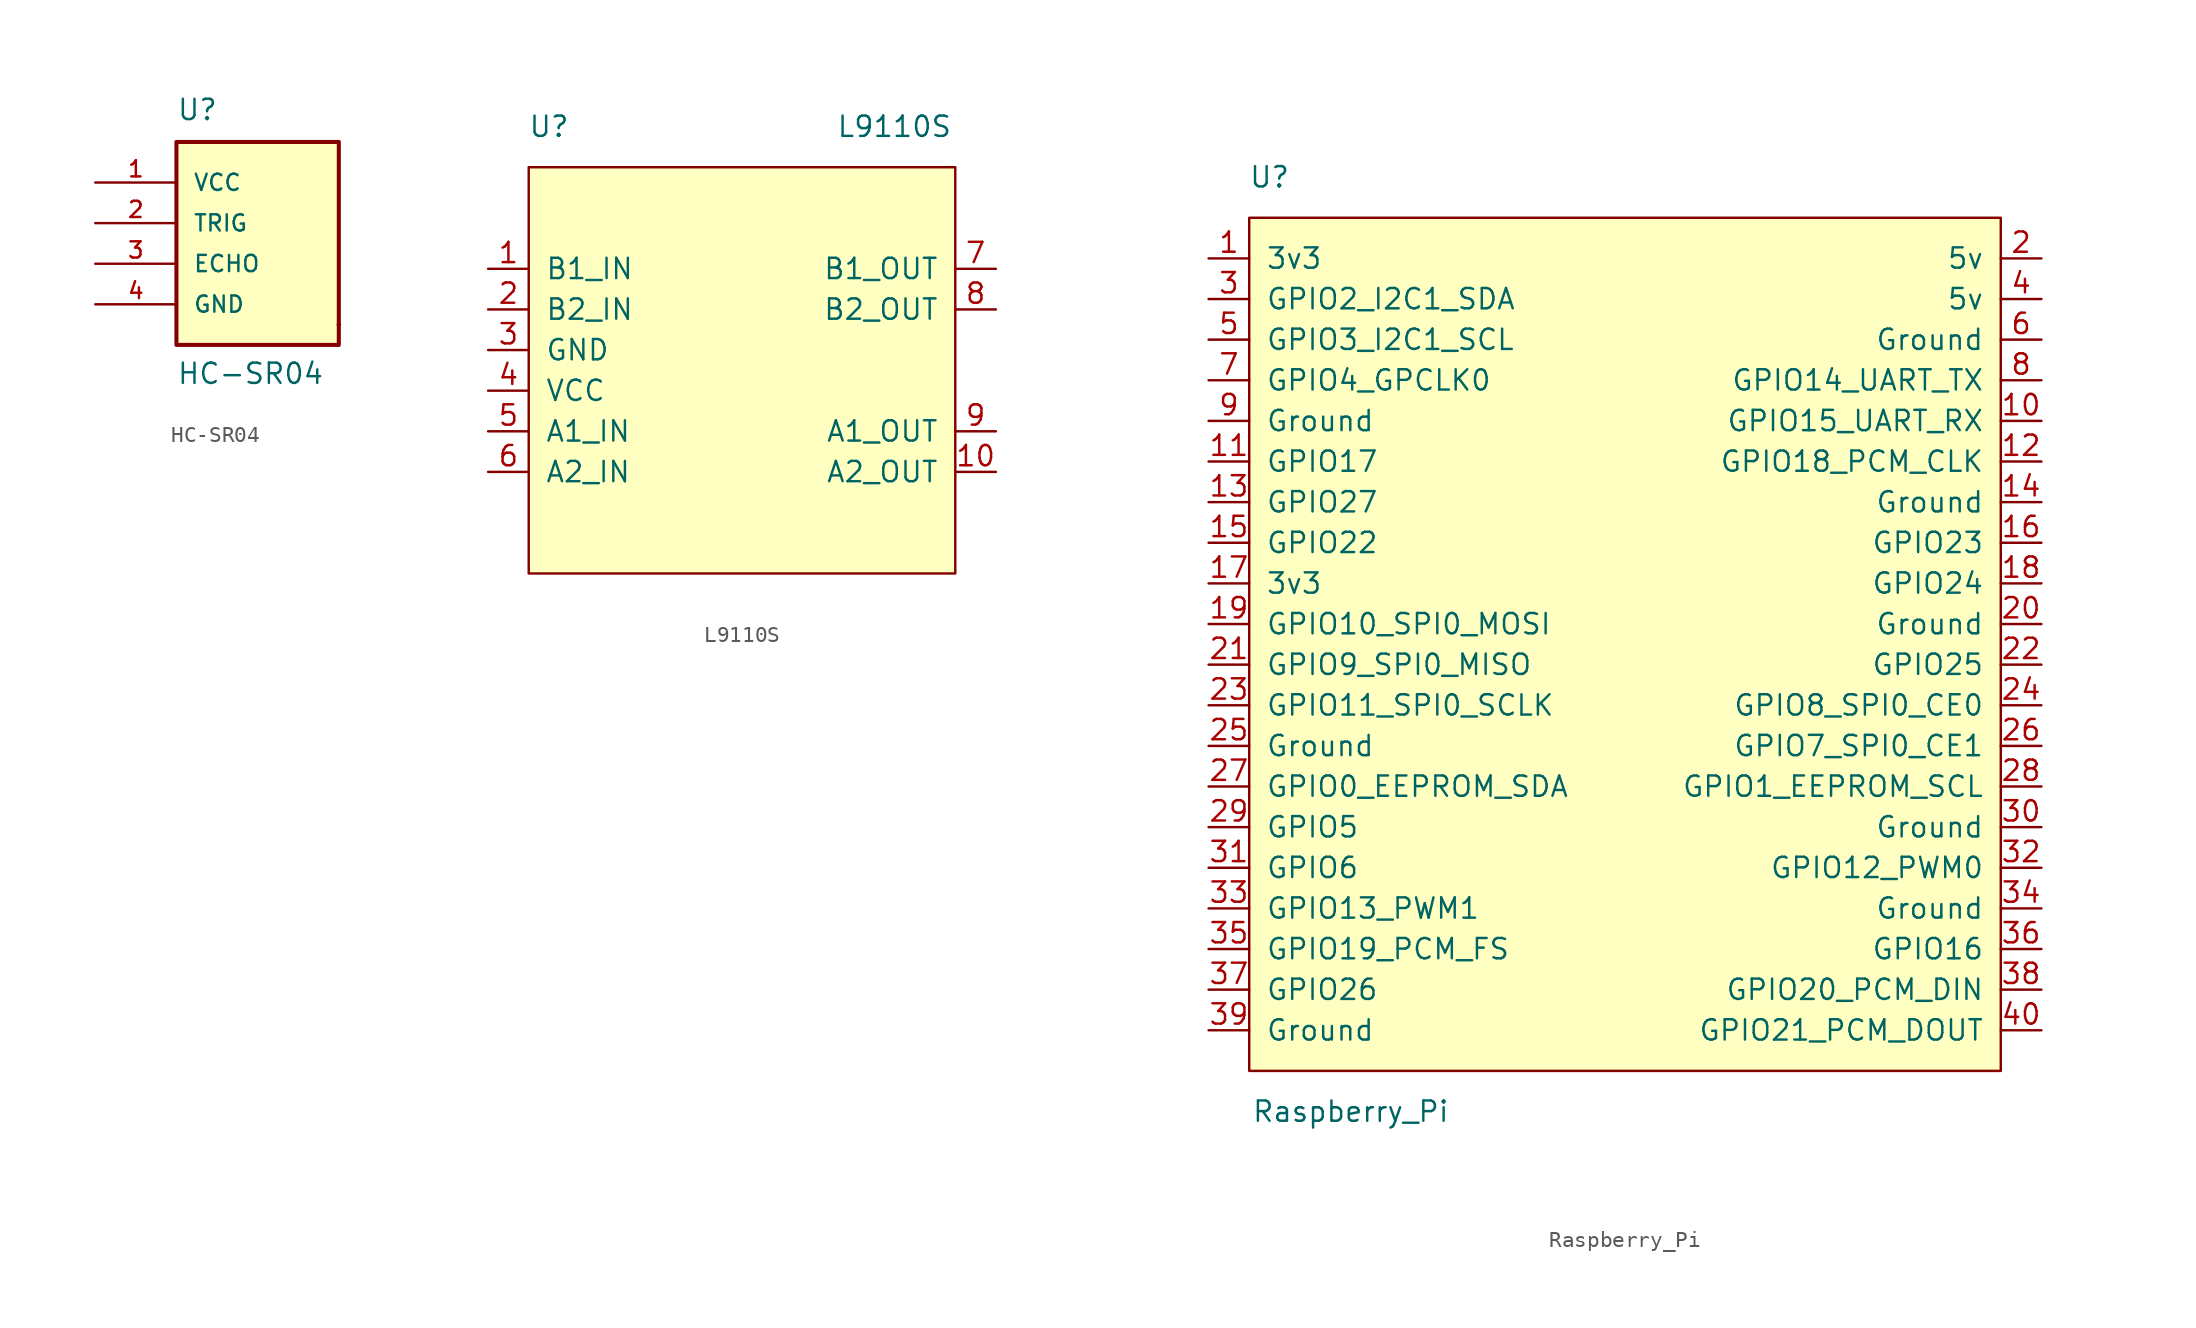
<source format=kicad_sym>
(kicad_symbol_lib
  (version 20211014)
  (generator kicad_symbol_editor)
  (symbol "HC-SR04"
    (pin_names
      (offset 1.016))
    (property "Reference" "U"
      (at -5.08 7.62 0)
      (effects (font (size 1.27 1.27)) (justify left bottom)))
    (property "Value" "HC-SR04"
      (at -5.08 -8.89 0)
      (effects (font (size 1.27 1.27)) (justify left bottom)))
    (symbol "HC-SR04_0_0"
      (rectangle (start -5.08 6.35) (end 5.08 -6.35) (stroke (width 0.254) (type default) (color 0 0 0 0)) (fill (type background)))
      (rectangle (start 5.08 -5.08) (end 5.08 -5.08) (stroke (width 0.254) (type default) (color 0 0 0 0)) (fill (type none)))
      (rectangle (start 5.08 -5.08) (end 5.08 -5.08) (stroke (width 0.254) (type default) (color 0 0 0 0)) (fill (type none)))
      (rectangle (start 5.08 -5.08) (end 5.08 -5.08) (stroke (width 0.254) (type default) (color 0 0 0 0)) (fill (type none)))
      (pin power_in line (at -10.16 3.81 0) (length 5.08) (name "VCC" (effects (font (size 1.016 1.016)))) (number "1" (effects (font (size 1.016 1.016)))))
      (pin bidirectional line (at -10.16 1.27 0) (length 5.08) (name "TRIG" (effects (font (size 1.016 1.016)))) (number "2" (effects (font (size 1.016 1.016)))))
      (pin bidirectional line (at -10.16 -1.27 0) (length 5.08) (name "ECHO" (effects (font (size 1.016 1.016)))) (number "3" (effects (font (size 1.016 1.016)))))
      (pin power_in line (at -10.16 -3.81 0) (length 5.08) (name "GND" (effects (font (size 1.016 1.016)))) (number "4" (effects (font (size 1.016 1.016)))))))
  (symbol "L9110S"
    (pin_names
      (offset 1.016))
    (property "Reference" "U"
      (at -11.43 15.24 0)
      (effects (font (size 1.27 1.27))))
    (property "Value" "L9110S"
      (at 10.16 15.24 0)
      (effects (font (size 1.27 1.27))))
    (symbol "L9110S_0_1"
      (rectangle (start -12.7 12.7) (end 13.97 -12.7) (stroke (width 0) (type default) (color 0 0 0 0)) (fill (type background))))
    (symbol "L9110S_1_1"
      (pin input line (at -15.24 6.35 0) (length 2.54) (name "B1_IN" (effects (font (size 1.27 1.27)))) (number "1" (effects (font (size 1.27 1.27)))))
      (pin input line (at 16.51 -6.35 180) (length 2.54) (name "A2_OUT" (effects (font (size 1.27 1.27)))) (number "10" (effects (font (size 1.27 1.27)))))
      (pin input line (at -15.24 3.81 0) (length 2.54) (name "B2_IN" (effects (font (size 1.27 1.27)))) (number "2" (effects (font (size 1.27 1.27)))))
      (pin input line (at -15.24 1.27 0) (length 2.54) (name "GND" (effects (font (size 1.27 1.27)))) (number "3" (effects (font (size 1.27 1.27)))))
      (pin input line (at -15.24 -1.27 0) (length 2.54) (name "VCC" (effects (font (size 1.27 1.27)))) (number "4" (effects (font (size 1.27 1.27)))))
      (pin input line (at -15.24 -3.81 0) (length 2.54) (name "A1_IN" (effects (font (size 1.27 1.27)))) (number "5" (effects (font (size 1.27 1.27)))))
      (pin input line (at -15.24 -6.35 0) (length 2.54) (name "A2_IN" (effects (font (size 1.27 1.27)))) (number "6" (effects (font (size 1.27 1.27)))))
      (pin input line (at 16.51 6.35 180) (length 2.54) (name "B1_OUT" (effects (font (size 1.27 1.27)))) (number "7" (effects (font (size 1.27 1.27)))))
      (pin input line (at 16.51 3.81 180) (length 2.54) (name "B2_OUT" (effects (font (size 1.27 1.27)))) (number "8" (effects (font (size 1.27 1.27)))))
      (pin input line (at 16.51 -3.81 180) (length 2.54) (name "A1_OUT" (effects (font (size 1.27 1.27)))) (number "9" (effects (font (size 1.27 1.27)))))))
  (symbol "Raspberry_Pi"
    (pin_names
      (offset 1.016))
    (property "Reference" "U"
      (at -22.86 27.94 0)
      (effects (font (size 1.27 1.27))))
    (property "Value" "Raspberry_Pi"
      (at -17.78 -30.48 0)
      (effects (font (size 1.27 1.27))))
    (symbol "Raspberry_Pi_0_1"
      (rectangle (start -24.13 25.4) (end 22.86 -27.94) (stroke (width 0) (type default) (color 0 0 0 0)) (fill (type background))))
    (symbol "Raspberry_Pi_1_1"
      (pin power_out line (at -26.67 22.86 0) (length 2.54) (name "3v3" (effects (font (size 1.27 1.27)))) (number "1" (effects (font (size 1.27 1.27)))))
      (pin bidirectional line (at 25.4 12.7 180) (length 2.54) (name "GPIO15_UART_RX" (effects (font (size 1.27 1.27)))) (number "10" (effects (font (size 1.27 1.27)))))
      (pin bidirectional line (at -26.67 10.16 0) (length 2.54) (name "GPIO17" (effects (font (size 1.27 1.27)))) (number "11" (effects (font (size 1.27 1.27)))))
      (pin bidirectional line (at 25.4 10.16 180) (length 2.54) (name "GPIO18_PCM_CLK" (effects (font (size 1.27 1.27)))) (number "12" (effects (font (size 1.27 1.27)))))
      (pin bidirectional line (at -26.67 7.62 0) (length 2.54) (name "GPIO27" (effects (font (size 1.27 1.27)))) (number "13" (effects (font (size 1.27 1.27)))))
      (pin passive line (at 25.4 7.62 180) (length 2.54) (name "Ground" (effects (font (size 1.27 1.27)))) (number "14" (effects (font (size 1.27 1.27)))))
      (pin bidirectional line (at -26.67 5.08 0) (length 2.54) (name "GPIO22" (effects (font (size 1.27 1.27)))) (number "15" (effects (font (size 1.27 1.27)))))
      (pin bidirectional line (at 25.4 5.08 180) (length 2.54) (name "GPIO23" (effects (font (size 1.27 1.27)))) (number "16" (effects (font (size 1.27 1.27)))))
      (pin power_in line (at -26.67 2.54 0) (length 2.54) (name "3v3" (effects (font (size 1.27 1.27)))) (number "17" (effects (font (size 1.27 1.27)))))
      (pin bidirectional line (at 25.4 2.54 180) (length 2.54) (name "GPIO24" (effects (font (size 1.27 1.27)))) (number "18" (effects (font (size 1.27 1.27)))))
      (pin bidirectional line (at -26.67 0 0) (length 2.54) (name "GPIO10_SPI0_MOSI" (effects (font (size 1.27 1.27)))) (number "19" (effects (font (size 1.27 1.27)))))
      (pin bidirectional line (at 25.4 22.86 180) (length 2.54) (name "5v" (effects (font (size 1.27 1.27)))) (number "2" (effects (font (size 1.27 1.27)))))
      (pin passive line (at 25.4 0 180) (length 2.54) (name "Ground" (effects (font (size 1.27 1.27)))) (number "20" (effects (font (size 1.27 1.27)))))
      (pin bidirectional line (at -26.67 -2.54 0) (length 2.54) (name "GPIO9_SPI0_MISO" (effects (font (size 1.27 1.27)))) (number "21" (effects (font (size 1.27 1.27)))))
      (pin bidirectional line (at 25.4 -2.54 180) (length 2.54) (name "GPIO25" (effects (font (size 1.27 1.27)))) (number "22" (effects (font (size 1.27 1.27)))))
      (pin bidirectional line (at -26.67 -5.08 0) (length 2.54) (name "GPIO11_SPI0_SCLK" (effects (font (size 1.27 1.27)))) (number "23" (effects (font (size 1.27 1.27)))))
      (pin bidirectional line (at 25.4 -5.08 180) (length 2.54) (name "GPIO8_SPI0_CE0" (effects (font (size 1.27 1.27)))) (number "24" (effects (font (size 1.27 1.27)))))
      (pin passive line (at -26.67 -7.62 0) (length 2.54) (name "Ground" (effects (font (size 1.27 1.27)))) (number "25" (effects (font (size 1.27 1.27)))))
      (pin bidirectional line (at 25.4 -7.62 180) (length 2.54) (name "GPIO7_SPI0_CE1" (effects (font (size 1.27 1.27)))) (number "26" (effects (font (size 1.27 1.27)))))
      (pin bidirectional line (at -26.67 -10.16 0) (length 2.54) (name "GPIO0_EEPROM_SDA" (effects (font (size 1.27 1.27)))) (number "27" (effects (font (size 1.27 1.27)))))
      (pin bidirectional line (at 25.4 -10.16 180) (length 2.54) (name "GPIO1_EEPROM_SCL" (effects (font (size 1.27 1.27)))) (number "28" (effects (font (size 1.27 1.27)))))
      (pin bidirectional line (at -26.67 -12.7 0) (length 2.54) (name "GPIO5" (effects (font (size 1.27 1.27)))) (number "29" (effects (font (size 1.27 1.27)))))
      (pin bidirectional line (at -26.67 20.32 0) (length 2.54) (name "GPIO2_I2C1_SDA" (effects (font (size 1.27 1.27)))) (number "3" (effects (font (size 1.27 1.27)))))
      (pin passive line (at 25.4 -12.7 180) (length 2.54) (name "Ground" (effects (font (size 1.27 1.27)))) (number "30" (effects (font (size 1.27 1.27)))))
      (pin bidirectional line (at -26.67 -15.24 0) (length 2.54) (name "GPIO6" (effects (font (size 1.27 1.27)))) (number "31" (effects (font (size 1.27 1.27)))))
      (pin bidirectional line (at 25.4 -15.24 180) (length 2.54) (name "GPIO12_PWM0" (effects (font (size 1.27 1.27)))) (number "32" (effects (font (size 1.27 1.27)))))
      (pin bidirectional line (at -26.67 -17.78 0) (length 2.54) (name "GPIO13_PWM1" (effects (font (size 1.27 1.27)))) (number "33" (effects (font (size 1.27 1.27)))))
      (pin passive line (at 25.4 -17.78 180) (length 2.54) (name "Ground" (effects (font (size 1.27 1.27)))) (number "34" (effects (font (size 1.27 1.27)))))
      (pin bidirectional line (at -26.67 -20.32 0) (length 2.54) (name "GPIO19_PCM_FS" (effects (font (size 1.27 1.27)))) (number "35" (effects (font (size 1.27 1.27)))))
      (pin bidirectional line (at 25.4 -20.32 180) (length 2.54) (name "GPIO16" (effects (font (size 1.27 1.27)))) (number "36" (effects (font (size 1.27 1.27)))))
      (pin bidirectional line (at -26.67 -22.86 0) (length 2.54) (name "GPIO26" (effects (font (size 1.27 1.27)))) (number "37" (effects (font (size 1.27 1.27)))))
      (pin bidirectional line (at 25.4 -22.86 180) (length 2.54) (name "GPIO20_PCM_DIN" (effects (font (size 1.27 1.27)))) (number "38" (effects (font (size 1.27 1.27)))))
      (pin passive line (at -26.67 -25.4 0) (length 2.54) (name "Ground" (effects (font (size 1.27 1.27)))) (number "39" (effects (font (size 1.27 1.27)))))
      (pin bidirectional line (at 25.4 20.32 180) (length 2.54) (name "5v" (effects (font (size 1.27 1.27)))) (number "4" (effects (font (size 1.27 1.27)))))
      (pin bidirectional line (at 25.4 -25.4 180) (length 2.54) (name "GPIO21_PCM_DOUT" (effects (font (size 1.27 1.27)))) (number "40" (effects (font (size 1.27 1.27)))))
      (pin bidirectional line (at -26.67 17.78 0) (length 2.54) (name "GPIO3_I2C1_SCL" (effects (font (size 1.27 1.27)))) (number "5" (effects (font (size 1.27 1.27)))))
      (pin passive line (at 25.4 17.78 180) (length 2.54) (name "Ground" (effects (font (size 1.27 1.27)))) (number "6" (effects (font (size 1.27 1.27)))))
      (pin bidirectional line (at -26.67 15.24 0) (length 2.54) (name "GPIO4_GPCLK0" (effects (font (size 1.27 1.27)))) (number "7" (effects (font (size 1.27 1.27)))))
      (pin bidirectional line (at 25.4 15.24 180) (length 2.54) (name "GPIO14_UART_TX" (effects (font (size 1.27 1.27)))) (number "8" (effects (font (size 1.27 1.27)))))
      (pin passive line (at -26.67 12.7 0) (length 2.54) (name "Ground" (effects (font (size 1.27 1.27)))) (number "9" (effects (font (size 1.27 1.27))))))))
</source>
